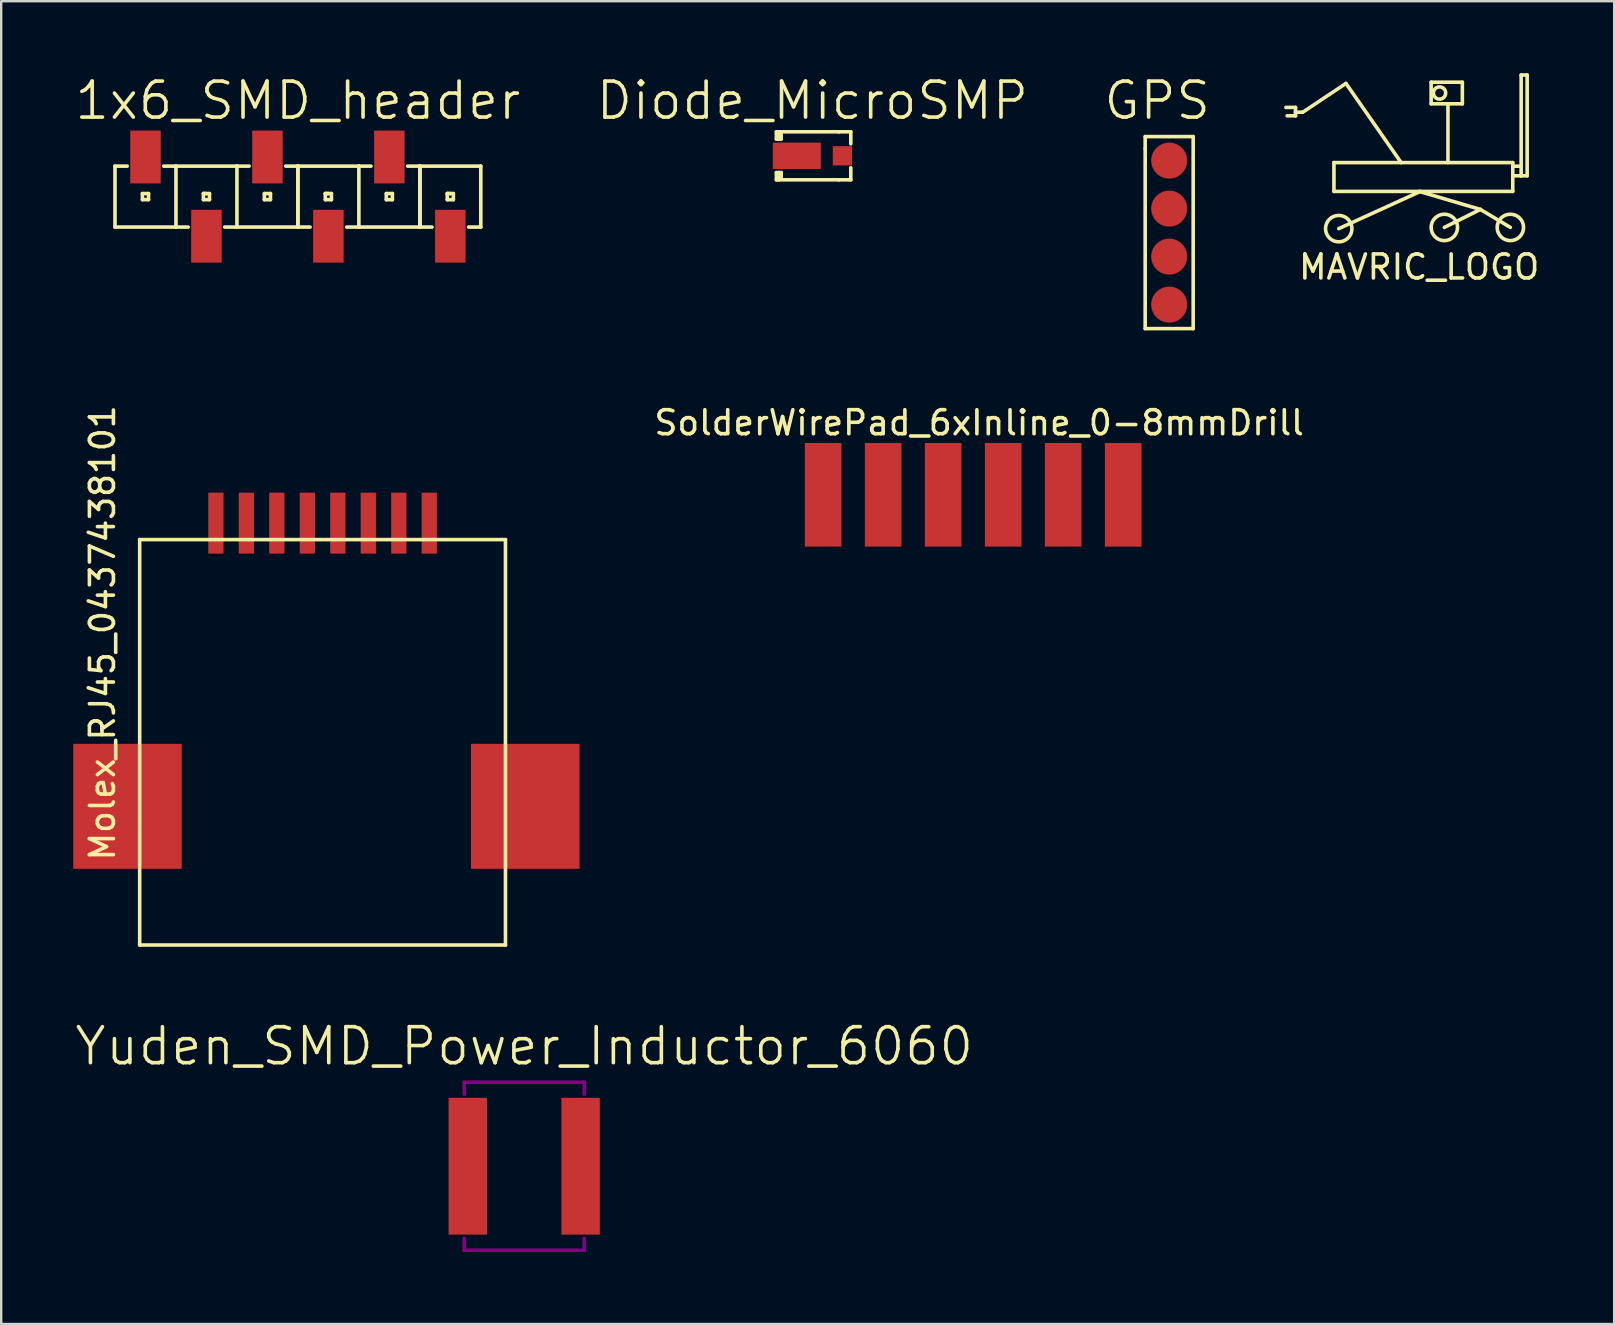
<source format=kicad_pcb>
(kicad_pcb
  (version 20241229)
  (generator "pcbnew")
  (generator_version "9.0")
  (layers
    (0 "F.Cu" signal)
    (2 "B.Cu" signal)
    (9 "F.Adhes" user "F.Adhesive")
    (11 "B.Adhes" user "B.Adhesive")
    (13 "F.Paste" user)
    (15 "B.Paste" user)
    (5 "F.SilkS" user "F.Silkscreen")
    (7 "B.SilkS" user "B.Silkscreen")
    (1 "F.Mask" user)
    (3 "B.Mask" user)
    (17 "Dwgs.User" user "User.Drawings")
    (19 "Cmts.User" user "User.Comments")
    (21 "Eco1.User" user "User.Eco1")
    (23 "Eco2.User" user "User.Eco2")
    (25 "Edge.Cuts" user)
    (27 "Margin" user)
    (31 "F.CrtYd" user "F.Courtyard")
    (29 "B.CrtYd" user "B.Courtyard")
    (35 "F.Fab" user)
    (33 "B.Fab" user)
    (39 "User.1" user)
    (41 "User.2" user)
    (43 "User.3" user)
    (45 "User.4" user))
  (footprint "MAVRIC_LOGO"
    (layer "F.Cu")
    (at 56.075 8.625)
    (property "Reference" "MAVRIC_LOGO" (at 0 -0.55 0) (layer "F.SilkS") (effects (font (size 1 1) (thickness 0.15))))
    (attr through_hole)
    (fp_line (start -5.15 -7.2) (end -5.55 -7.2) (stroke (width 0.15) (type solid)) (layer "F.SilkS"))
    (fp_line (start -5.15 -7) (end -5.15 -7.2) (stroke (width 0.15) (type solid)) (layer "F.SilkS"))
    (fp_line (start -5.15 -7) (end -5.15 -6.85) (stroke (width 0.15) (type solid)) (layer "F.SilkS"))
    (fp_line (start -5.15 -6.85) (end -5.5 -6.85) (stroke (width 0.15) (type solid)) (layer "F.SilkS"))
    (fp_line (start -4.85 -7) (end -5.15 -7) (stroke (width 0.15) (type solid)) (layer "F.SilkS"))
    (fp_line (start -3.55 -4.9) (end 3.9 -4.9) (stroke (width 0.15) (type solid)) (layer "F.SilkS"))
    (fp_line (start -3.55 -3.7) (end -3.55 -4.9) (stroke (width 0.15) (type solid)) (layer "F.SilkS"))
    (fp_line (start -3.05 -8.2) (end -4.85 -7) (stroke (width 0.15) (type solid)) (layer "F.SilkS"))
    (fp_line (start -0.75 -4.9) (end -3.05 -8.2) (stroke (width 0.15) (type solid)) (layer "F.SilkS"))
    (fp_line (start 0 -3.7) (end 2.55 -2.95) (stroke (width 0.15) (type solid)) (layer "F.SilkS"))
    (fp_line (start 0.05 -3.7) (end -3.35 -2.15) (stroke (width 0.15) (type solid)) (layer "F.SilkS"))
    (fp_line (start 0.5 -8.25) (end 0.5 -7.35) (stroke (width 0.15) (type solid)) (layer "F.SilkS"))
    (fp_line (start 0.5 -7.35) (end 1.8 -7.35) (stroke (width 0.15) (type solid)) (layer "F.SilkS"))
    (fp_line (start 1.2 -4.9) (end 1.2 -7.3) (stroke (width 0.15) (type solid)) (layer "F.SilkS"))
    (fp_line (start 1.8 -8.25) (end 0.5 -8.25) (stroke (width 0.15) (type solid)) (layer "F.SilkS"))
    (fp_line (start 1.8 -7.35) (end 1.8 -8.25) (stroke (width 0.15) (type solid)) (layer "F.SilkS"))
    (fp_line (start 2.55 -2.95) (end 1.05 -2.2) (stroke (width 0.15) (type solid)) (layer "F.SilkS"))
    (fp_line (start 2.55 -2.95) (end 3.8 -2.2) (stroke (width 0.15) (type solid)) (layer "F.SilkS"))
    (fp_line (start 3.9 -4.9) (end 3.9 -3.7) (stroke (width 0.15) (type solid)) (layer "F.SilkS"))
    (fp_line (start 3.9 -4.75) (end 4.25 -4.75) (stroke (width 0.15) (type solid)) (layer "F.SilkS"))
    (fp_line (start 3.9 -4.35) (end 4.25 -4.35) (stroke (width 0.15) (type solid)) (layer "F.SilkS"))
    (fp_line (start 3.9 -3.7) (end -3.55 -3.7) (stroke (width 0.15) (type solid)) (layer "F.SilkS"))
    (fp_line (start 4.25 -8.55) (end 4.5 -8.55) (stroke (width 0.15) (type solid)) (layer "F.SilkS"))
    (fp_line (start 4.25 -4.35) (end 4.25 -8.55) (stroke (width 0.15) (type solid)) (layer "F.SilkS"))
    (fp_line (start 4.5 -8.55) (end 4.5 -4.35) (stroke (width 0.15) (type solid)) (layer "F.SilkS"))
    (fp_line (start 4.5 -4.35) (end 4.25 -4.35) (stroke (width 0.15) (type solid)) (layer "F.SilkS"))
    (fp_circle (center -3.35 -2.15) (end -3.35 -2.7) (stroke (width 0.15) (type solid)) (fill no) (layer "F.SilkS"))
    (fp_circle (center 0.85 -7.8) (end 0.9 -8.05) (stroke (width 0.15) (type solid)) (fill no) (layer "F.SilkS"))
    (fp_circle (center 1.05 -2.2) (end 1.05 -2.75) (stroke (width 0.15) (type solid)) (fill no) (layer "F.SilkS"))
    (fp_circle (center 3.8 -2.2) (end 3.8 -2.75) (stroke (width 0.15) (type solid)) (fill no) (layer "F.SilkS")))
  (footprint "1x6_SMD_header"
    (layer "F.Cu")
    (at 9.361 5.141)
    (property "Reference" "1x6_SMD_header" (at 0 -4 0) (layer "F.SilkS") (effects (font (size 1.5 1.5) (thickness 0.15))))
    (attr through_hole)
    (fp_line (start -7.62 -1.27) (end -7.62 1.27) (stroke (width 0.15) (type solid)) (layer "F.SilkS"))
    (fp_line (start -7.62 -1.27) (end -7.112 -1.27) (stroke (width 0.15) (type solid)) (layer "F.SilkS"))
    (fp_line (start -7.62 1.27) (end -5.08 1.27) (stroke (width 0.15) (type solid)) (layer "F.SilkS"))
    (fp_line (start -6.477 -0.127) (end -6.477 0.127) (stroke (width 0.15) (type solid)) (layer "F.SilkS"))
    (fp_line (start -6.477 0.127) (end -6.223 0.127) (stroke (width 0.15) (type solid)) (layer "F.SilkS"))
    (fp_line (start -6.223 -0.127) (end -6.477 -0.127) (stroke (width 0.15) (type solid)) (layer "F.SilkS"))
    (fp_line (start -6.223 0.127) (end -6.223 -0.127) (stroke (width 0.15) (type solid)) (layer "F.SilkS"))
    (fp_line (start -5.08 -1.27) (end -5.588 -1.27) (stroke (width 0.15) (type solid)) (layer "F.SilkS"))
    (fp_line (start -5.08 -1.27) (end -2.54 -1.27) (stroke (width 0.15) (type solid)) (layer "F.SilkS"))
    (fp_line (start -5.08 1.27) (end -5.08 -1.27) (stroke (width 0.15) (type solid)) (layer "F.SilkS"))
    (fp_line (start -5.08 1.27) (end -4.572 1.27) (stroke (width 0.15) (type solid)) (layer "F.SilkS"))
    (fp_line (start -3.937 -0.127) (end -3.937 0.127) (stroke (width 0.15) (type solid)) (layer "F.SilkS"))
    (fp_line (start -3.937 -0.127) (end -3.81 -0.127) (stroke (width 0.15) (type solid)) (layer "F.SilkS"))
    (fp_line (start -3.937 0.127) (end -3.683 0.127) (stroke (width 0.15) (type solid)) (layer "F.SilkS"))
    (fp_line (start -3.683 -0.127) (end -3.937 -0.127) (stroke (width 0.15) (type solid)) (layer "F.SilkS"))
    (fp_line (start -3.683 0.127) (end -3.683 -0.127) (stroke (width 0.15) (type solid)) (layer "F.SilkS"))
    (fp_line (start -2.54 -1.27) (end -2.54 1.27) (stroke (width 0.15) (type solid)) (layer "F.SilkS"))
    (fp_line (start -2.54 -1.27) (end -2.032 -1.27) (stroke (width 0.15) (type solid)) (layer "F.SilkS"))
    (fp_line (start -2.54 1.27) (end -3.048 1.27) (stroke (width 0.15) (type solid)) (layer "F.SilkS"))
    (fp_line (start -1.397 -0.127) (end -1.397 0.127) (stroke (width 0.15) (type solid)) (layer "F.SilkS"))
    (fp_line (start -1.397 0.127) (end -1.143 0.127) (stroke (width 0.15) (type solid)) (layer "F.SilkS"))
    (fp_line (start -1.143 -0.127) (end -1.397 -0.127) (stroke (width 0.15) (type solid)) (layer "F.SilkS"))
    (fp_line (start -1.143 0.127) (end -1.143 -0.127) (stroke (width 0.15) (type solid)) (layer "F.SilkS"))
    (fp_line (start -0.508 -1.27) (end 0 -1.27) (stroke (width 0.15) (type solid)) (layer "F.SilkS"))
    (fp_line (start 0 -1.27) (end 0 1.27) (stroke (width 0.15) (type solid)) (layer "F.SilkS"))
    (fp_line (start 0 -1.27) (end 2.54 -1.27) (stroke (width 0.15) (type solid)) (layer "F.SilkS"))
    (fp_line (start 0 1.27) (end -2.54 1.27) (stroke (width 0.15) (type solid)) (layer "F.SilkS"))
    (fp_line (start 0 1.27) (end 0 -1.27) (stroke (width 0.15) (type solid)) (layer "F.SilkS"))
    (fp_line (start 0 1.27) (end 0.508 1.27) (stroke (width 0.15) (type solid)) (layer "F.SilkS"))
    (fp_line (start 1.143 -0.127) (end 1.143 0.127) (stroke (width 0.15) (type solid)) (layer "F.SilkS"))
    (fp_line (start 1.143 -0.127) (end 1.27 -0.127) (stroke (width 0.15) (type solid)) (layer "F.SilkS"))
    (fp_line (start 1.143 0.127) (end 1.397 0.127) (stroke (width 0.15) (type solid)) (layer "F.SilkS"))
    (fp_line (start 1.397 -0.127) (end 1.143 -0.127) (stroke (width 0.15) (type solid)) (layer "F.SilkS"))
    (fp_line (start 1.397 0.127) (end 1.397 -0.127) (stroke (width 0.15) (type solid)) (layer "F.SilkS"))
    (fp_line (start 2.54 -1.27) (end 2.54 1.27) (stroke (width 0.15) (type solid)) (layer "F.SilkS"))
    (fp_line (start 2.54 -1.27) (end 3.048 -1.27) (stroke (width 0.15) (type solid)) (layer "F.SilkS"))
    (fp_line (start 2.54 1.27) (end 2.032 1.27) (stroke (width 0.15) (type solid)) (layer "F.SilkS"))
    (fp_line (start 3.683 -0.127) (end 3.683 0.127) (stroke (width 0.15) (type solid)) (layer "F.SilkS"))
    (fp_line (start 3.683 0.127) (end 3.937 0.127) (stroke (width 0.15) (type solid)) (layer "F.SilkS"))
    (fp_line (start 3.937 -0.127) (end 3.683 -0.127) (stroke (width 0.15) (type solid)) (layer "F.SilkS"))
    (fp_line (start 3.937 0.127) (end 3.937 -0.127) (stroke (width 0.15) (type solid)) (layer "F.SilkS"))
    (fp_line (start 4.572 -1.27) (end 5.08 -1.27) (stroke (width 0.15) (type solid)) (layer "F.SilkS"))
    (fp_line (start 5.08 -1.27) (end 5.08 1.27) (stroke (width 0.15) (type solid)) (layer "F.SilkS"))
    (fp_line (start 5.08 -1.27) (end 5.08 1.27) (stroke (width 0.15) (type solid)) (layer "F.SilkS"))
    (fp_line (start 5.08 -1.27) (end 7.62 -1.27) (stroke (width 0.15) (type solid)) (layer "F.SilkS"))
    (fp_line (start 5.08 1.27) (end 2.54 1.27) (stroke (width 0.15) (type solid)) (layer "F.SilkS"))
    (fp_line (start 5.08 1.27) (end 5.08 -1.27) (stroke (width 0.15) (type solid)) (layer "F.SilkS"))
    (fp_line (start 5.08 1.27) (end 5.588 1.27) (stroke (width 0.15) (type solid)) (layer "F.SilkS"))
    (fp_line (start 6.223 -0.127) (end 6.223 0.127) (stroke (width 0.15) (type solid)) (layer "F.SilkS"))
    (fp_line (start 6.223 -0.127) (end 6.35 -0.127) (stroke (width 0.15) (type solid)) (layer "F.SilkS"))
    (fp_line (start 6.223 0.127) (end 6.477 0.127) (stroke (width 0.15) (type solid)) (layer "F.SilkS"))
    (fp_line (start 6.477 -0.127) (end 6.223 -0.127) (stroke (width 0.15) (type solid)) (layer "F.SilkS"))
    (fp_line (start 6.477 0.127) (end 6.477 -0.127) (stroke (width 0.15) (type solid)) (layer "F.SilkS"))
    (fp_line (start 7.62 -1.27) (end 7.62 1.27) (stroke (width 0.15) (type solid)) (layer "F.SilkS"))
    (fp_line (start 7.62 1.27) (end 7.112 1.27) (stroke (width 0.15) (type solid)) (layer "F.SilkS"))
    (pad "1" smd rect (at -6.35 -1.65) (size 1.27 2.2) (layers "F.Cu" "F.Mask" "F.Paste"))
    (pad "2" smd rect (at -3.81 1.65) (size 1.27 2.2) (layers "F.Cu" "F.Mask" "F.Paste"))
    (pad "3" smd rect (at -1.27 -1.65) (size 1.27 2.2) (layers "F.Cu" "F.Mask" "F.Paste"))
    (pad "4" smd rect (at 1.27 1.65) (size 1.27 2.2) (layers "F.Cu" "F.Mask" "F.Paste"))
    (pad "5" smd rect (at 3.81 -1.65) (size 1.27 2.2) (layers "F.Cu" "F.Mask" "F.Paste"))
    (pad "6" smd rect (at 6.35 1.65) (size 1.27 2.2) (layers "F.Cu" "F.Mask" "F.Paste")))
  (footprint "Molex_RJ45_0437438101"
    (layer "F.Cu")
    (at 5.944 18.745)
    (property "Reference" "Molex_RJ45_0437438101" (at -4.724 4.572 90) (layer "F.SilkS") (effects (font (size 1 1) (thickness 0.15))))
    (attr through_hole)
    (fp_line (start -3.175 0.686) (end -3.175 17.577) (stroke (width 0.15) (type solid)) (layer "F.SilkS"))
    (fp_line (start -3.175 17.577) (end 12.065 17.577) (stroke (width 0.15) (type solid)) (layer "F.SilkS"))
    (fp_line (start 12.065 0.686) (end -3.175 0.686) (stroke (width 0.15) (type solid)) (layer "F.SilkS"))
    (fp_line (start 12.065 17.577) (end 12.065 0.686) (stroke (width 0.15) (type solid)) (layer "F.SilkS"))
    (pad "" smd rect (at -3.683 11.798) (size 4.521 5.207) (layers "F.Cu" "F.Mask" "F.Paste"))
    (pad "" smd rect (at 12.89 11.798) (size 4.521 5.207) (layers "F.Cu" "F.Mask" "F.Paste"))
    (pad "1" smd rect (at 0 0) (size 0.635 2.54) (layers "F.Cu" "F.Mask" "F.Paste"))
    (pad "2" smd rect (at 1.27 0) (size 0.635 2.54) (layers "F.Cu" "F.Mask" "F.Paste"))
    (pad "3" smd rect (at 2.54 0) (size 0.635 2.54) (layers "F.Cu" "F.Mask" "F.Paste"))
    (pad "4" smd rect (at 3.81 0) (size 0.635 2.54) (layers "F.Cu" "F.Mask" "F.Paste"))
    (pad "5" smd rect (at 5.08 0) (size 0.635 2.54) (layers "F.Cu" "F.Mask" "F.Paste"))
    (pad "6" smd rect (at 6.35 0) (size 0.635 2.54) (layers "F.Cu" "F.Mask" "F.Paste"))
    (pad "7" smd rect (at 7.62 0) (size 0.635 2.54) (layers "F.Cu" "F.Mask" "F.Paste"))
    (pad "8" smd rect (at 8.89 0) (size 0.635 2.54) (layers "F.Cu" "F.Mask" "F.Paste")))
  (footprint "Yuden_SMD_Power_Inductor_6060"
    (layer "F.Cu")
    (at 18.789 45.537)
    (property "Reference" "Yuden_SMD_Power_Inductor_6060" (at 0 -5 0) (layer "F.SilkS") (effects (font (size 1.5 1.5) (thickness 0.15))))
    (attr through_hole)
    (fp_line (start -2.5 -3.5) (end 2.5 -3.5) (stroke (width 0.15) (type solid)) (layer "F.Adhes"))
    (fp_line (start -2.5 -3) (end -2.5 -3.5) (stroke (width 0.15) (type solid)) (layer "F.Adhes"))
    (fp_line (start -2.5 3) (end -2.5 3.5) (stroke (width 0.15) (type solid)) (layer "F.Adhes"))
    (fp_line (start -2.5 3.5) (end 2.5 3.5) (stroke (width 0.15) (type solid)) (layer "F.Adhes"))
    (fp_line (start 2.5 -3.5) (end 2.5 -3) (stroke (width 0.15) (type solid)) (layer "F.Adhes"))
    (fp_line (start 2.5 3.5) (end 2.5 3) (stroke (width 0.15) (type solid)) (layer "F.Adhes"))
    (pad "1" smd rect (at -2.35 0) (size 1.6 5.7) (layers "F.Cu" "F.Mask" "F.Paste"))
    (pad "2" smd rect (at 2.35 0) (size 1.6 5.7) (layers "F.Cu" "F.Mask" "F.Paste")))
  (footprint "SolderWirePad_6xInline_0-8mmDrill"
    (layer "F.Cu")
    (at 37.244 17.564)
    (property "Reference" "SolderWirePad_6xInline_0-8mmDrill" (at 0.5 -3 0) (layer "F.SilkS") (effects (font (size 1 1) (thickness 0.15))))
    (attr through_hole)
    (pad "1" smd rect (at -6 0) (size 1.524 4.318) (layers "F.Cu" "F.Mask" "F.Paste"))
    (pad "2" smd rect (at -3.5 0) (size 1.524 4.318) (layers "F.Cu" "F.Mask" "F.Paste"))
    (pad "3" smd rect (at -1 0) (size 1.524 4.318) (layers "F.Cu" "F.Mask" "F.Paste"))
    (pad "4" smd rect (at 1.5 0) (size 1.524 4.318) (layers "F.Cu" "F.Mask" "F.Paste"))
    (pad "5" smd rect (at 4 0) (size 1.524 4.318) (layers "F.Cu" "F.Mask" "F.Paste"))
    (pad "6" smd rect (at 6.5 0) (size 1.524 4.318) (layers "F.Cu" "F.Mask" "F.Paste")))
  (footprint "Diode_MicroSMP"
    (layer "F.Cu")
    (at 31.396 3.441)
    (property "Reference" "Diode_MicroSMP" (at -0.6 -2.3 0) (layer "F.SilkS") (effects (font (size 1.5 1.5) (thickness 0.15))))
    (attr through_hole)
    (fp_line (start -2.1 -1) (end -2 -1) (stroke (width 0.15) (type solid)) (layer "F.SilkS"))
    (fp_line (start -2.1 -0.7) (end -2.1 -1) (stroke (width 0.15) (type solid)) (layer "F.SilkS"))
    (fp_line (start -2.1 0.7) (end -2 0.7) (stroke (width 0.15) (type solid)) (layer "F.SilkS"))
    (fp_line (start -2.1 1) (end -2.1 0.7) (stroke (width 0.15) (type solid)) (layer "F.SilkS"))
    (fp_line (start -2 -1) (end -2 -0.7) (stroke (width 0.15) (type solid)) (layer "F.SilkS"))
    (fp_line (start -2 -1) (end 0.5 -1) (stroke (width 0.15) (type solid)) (layer "F.SilkS"))
    (fp_line (start -2 -0.7) (end -2.1 -0.7) (stroke (width 0.15) (type solid)) (layer "F.SilkS"))
    (fp_line (start -2 0.7) (end -2 1) (stroke (width 0.15) (type solid)) (layer "F.SilkS"))
    (fp_line (start -2 0.7) (end -1.9 0.7) (stroke (width 0.15) (type solid)) (layer "F.SilkS"))
    (fp_line (start -2 1) (end -2.1 1) (stroke (width 0.15) (type solid)) (layer "F.SilkS"))
    (fp_line (start -2 1) (end 0.5 1) (stroke (width 0.15) (type solid)) (layer "F.SilkS"))
    (fp_line (start -1.9 -0.9) (end -1.9 -0.7) (stroke (width 0.15) (type solid)) (layer "F.SilkS"))
    (fp_line (start -1.9 -0.7) (end -2 -0.7) (stroke (width 0.15) (type solid)) (layer "F.SilkS"))
    (fp_line (start -1.9 0.7) (end -1.9 0.9) (stroke (width 0.15) (type solid)) (layer "F.SilkS"))
    (fp_line (start 0.5 -1) (end 1 -1) (stroke (width 0.15) (type solid)) (layer "F.SilkS"))
    (fp_line (start 0.5 1) (end 1 1) (stroke (width 0.15) (type solid)) (layer "F.SilkS"))
    (fp_line (start 1 -1) (end 1 -0.5) (stroke (width 0.15) (type solid)) (layer "F.SilkS"))
    (fp_line (start 1 1) (end 1 0.5) (stroke (width 0.15) (type solid)) (layer "F.SilkS"))
    (pad "1" smd rect (at 0.65 0) (size 0.8 0.8) (layers "F.Cu" "F.Mask" "F.Paste"))
    (pad "2" smd rect (at -1.25 0) (size 2 1.1) (layers "F.Cu" "F.Mask" "F.Paste")))
  (footprint "GPS"
    (layer "F.Cu")
    (at 45.661 3.641)
    (property "Reference" "GPS" (at -0.5 -2.5 0) (layer "F.SilkS") (effects (font (size 1.5 1.5) (thickness 0.15))))
    (attr through_hole)
    (fp_line (start -1 -1) (end 1 -1) (stroke (width 0.15) (type solid)) (layer "F.SilkS"))
    (fp_line (start -1 -0.5) (end -1 -1) (stroke (width 0.15) (type solid)) (layer "F.SilkS"))
    (fp_line (start -1 7) (end -1 -0.5) (stroke (width 0.15) (type solid)) (layer "F.SilkS"))
    (fp_line (start 1 -1) (end 1 7) (stroke (width 0.15) (type solid)) (layer "F.SilkS"))
    (fp_line (start 1 7) (end -1 7) (stroke (width 0.15) (type solid)) (layer "F.SilkS"))
    (pad "1" smd circle (at 0 0) (size 1.5 1.5) (layers "F.Cu" "F.Mask" "F.Paste"))
    (pad "2" smd circle (at 0 2) (size 1.5 1.5) (layers "F.Cu" "F.Mask" "F.Paste"))
    (pad "3" smd circle (at 0 4) (size 1.5 1.5) (layers "F.Cu" "F.Mask" "F.Paste"))
    (pad "4" smd circle (at 0 6) (size 1.5 1.5) (layers "F.Cu" "F.Mask" "F.Paste")))
  (gr_rect
    (start -3 -3)
    (end 64.2 52.112)
    (stroke (width 0.1) (type default))
    (fill no)
    (layer "Edge.Cuts")))
</source>
